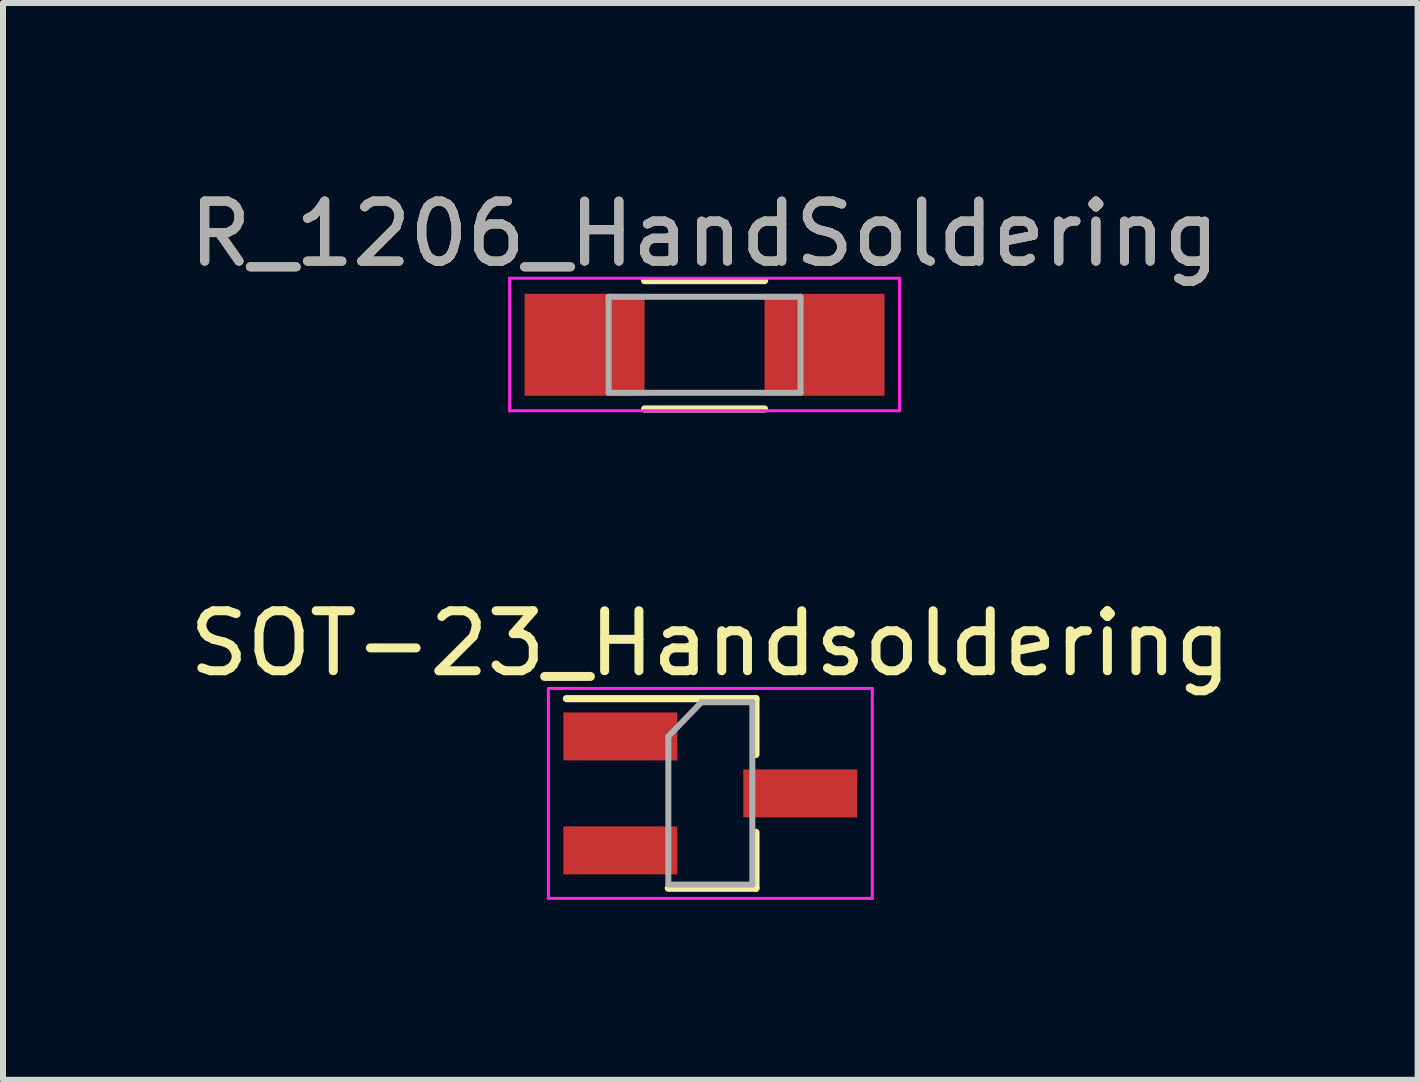
<source format=kicad_pcb>
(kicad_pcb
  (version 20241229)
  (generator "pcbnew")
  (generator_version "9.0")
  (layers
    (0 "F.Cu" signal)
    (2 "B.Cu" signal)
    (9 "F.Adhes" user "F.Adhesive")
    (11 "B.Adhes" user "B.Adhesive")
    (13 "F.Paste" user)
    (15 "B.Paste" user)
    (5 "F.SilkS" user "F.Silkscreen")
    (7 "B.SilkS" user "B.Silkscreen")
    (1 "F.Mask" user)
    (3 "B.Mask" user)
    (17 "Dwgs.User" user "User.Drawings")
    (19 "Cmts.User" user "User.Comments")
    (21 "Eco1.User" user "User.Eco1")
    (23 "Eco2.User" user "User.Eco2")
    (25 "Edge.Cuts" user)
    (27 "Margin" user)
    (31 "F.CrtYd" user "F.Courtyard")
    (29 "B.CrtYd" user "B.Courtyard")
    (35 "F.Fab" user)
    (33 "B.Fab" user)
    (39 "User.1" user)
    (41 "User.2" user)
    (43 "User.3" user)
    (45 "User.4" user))
  (footprint "SOT-23_Handsoldering"
    (layer "F.Cu")
    (at 8.792 10.177)
    (property "Reference" "SOT-23_Handsoldering" (at 0 -2.5 0) (layer "F.SilkS") (effects (font (size 1 1) (thickness 0.15))))
    (attr smd)
    (fp_line (start 0.76 -1.58) (end -2.4 -1.58) (stroke (width 0.12) (type solid)) (layer "F.SilkS"))
    (fp_line (start 0.76 -1.58) (end 0.76 -0.65) (stroke (width 0.12) (type solid)) (layer "F.SilkS"))
    (fp_line (start 0.76 1.58) (end -0.7 1.58) (stroke (width 0.12) (type solid)) (layer "F.SilkS"))
    (fp_line (start 0.76 1.58) (end 0.76 0.65) (stroke (width 0.12) (type solid)) (layer "F.SilkS"))
    (fp_line (start -2.7 -1.75) (end 2.7 -1.75) (stroke (width 0.05) (type solid)) (layer "F.CrtYd"))
    (fp_line (start -2.7 1.75) (end -2.7 -1.75) (stroke (width 0.05) (type solid)) (layer "F.CrtYd"))
    (fp_line (start 2.7 -1.75) (end 2.7 1.75) (stroke (width 0.05) (type solid)) (layer "F.CrtYd"))
    (fp_line (start 2.7 1.75) (end -2.7 1.75) (stroke (width 0.05) (type solid)) (layer "F.CrtYd"))
    (fp_line (start -0.7 -0.95) (end -0.7 1.5) (stroke (width 0.1) (type solid)) (layer "F.Fab"))
    (fp_line (start -0.7 -0.95) (end -0.15 -1.52) (stroke (width 0.1) (type solid)) (layer "F.Fab"))
    (fp_line (start -0.7 1.52) (end 0.7 1.52) (stroke (width 0.1) (type solid)) (layer "F.Fab"))
    (fp_line (start -0.15 -1.52) (end 0.7 -1.52) (stroke (width 0.1) (type solid)) (layer "F.Fab"))
    (fp_line (start 0.7 -1.52) (end 0.7 1.52) (stroke (width 0.1) (type solid)) (layer "F.Fab"))
    (pad "1" smd rect (at -1.5 -0.95) (size 1.9 0.8) (layers "F.Cu" "F.Mask" "F.Paste"))
    (pad "2" smd rect (at -1.5 0.95) (size 1.9 0.8) (layers "F.Cu" "F.Mask" "F.Paste"))
    (pad "3" smd rect (at 1.5 0) (size 1.9 0.8) (layers "F.Cu" "F.Mask" "F.Paste")))
  (footprint "R_1206_HandSoldering"
    (layer "F.Cu")
    (at 8.696 2.698)
    (property "Reference" "R_1206_HandSoldering" (at 0 -1.85 0) (layer "F.SilkS") (effects (font (size 1 1) (thickness 0.15))))
    (attr smd)
    (fp_line (start -1 -1.07) (end 1 -1.07) (stroke (width 0.12) (type solid)) (layer "F.SilkS"))
    (fp_line (start 1 1.07) (end -1 1.07) (stroke (width 0.12) (type solid)) (layer "F.SilkS"))
    (fp_line (start -3.25 -1.11) (end -3.25 1.1) (stroke (width 0.05) (type solid)) (layer "F.CrtYd"))
    (fp_line (start -3.25 -1.11) (end 3.25 -1.11) (stroke (width 0.05) (type solid)) (layer "F.CrtYd"))
    (fp_line (start 3.25 1.1) (end -3.25 1.1) (stroke (width 0.05) (type solid)) (layer "F.CrtYd"))
    (fp_line (start 3.25 1.1) (end 3.25 -1.11) (stroke (width 0.05) (type solid)) (layer "F.CrtYd"))
    (fp_line (start -1.6 -0.8) (end 1.6 -0.8) (stroke (width 0.1) (type solid)) (layer "F.Fab"))
    (fp_line (start -1.6 0.8) (end -1.6 -0.8) (stroke (width 0.1) (type solid)) (layer "F.Fab"))
    (fp_line (start 1.6 -0.8) (end 1.6 0.8) (stroke (width 0.1) (type solid)) (layer "F.Fab"))
    (fp_line (start 1.6 0.8) (end -1.6 0.8) (stroke (width 0.1) (type solid)) (layer "F.Fab"))
    (fp_text user "${REFERENCE}" (at 0 -1.85 0) (layer "F.Fab") (effects (font (size 1 1) (thickness 0.15))))
    (pad "1" smd rect (at -2 0) (size 2 1.7) (layers "F.Cu" "F.Mask" "F.Paste"))
    (pad "2" smd rect (at 2 0) (size 2 1.7) (layers "F.Cu" "F.Mask" "F.Paste")))
  (gr_rect
    (start -3 -3)
    (end 20.583 14.951)
    (stroke (width 0.1) (type default))
    (fill no)
    (layer "Edge.Cuts")))
</source>
